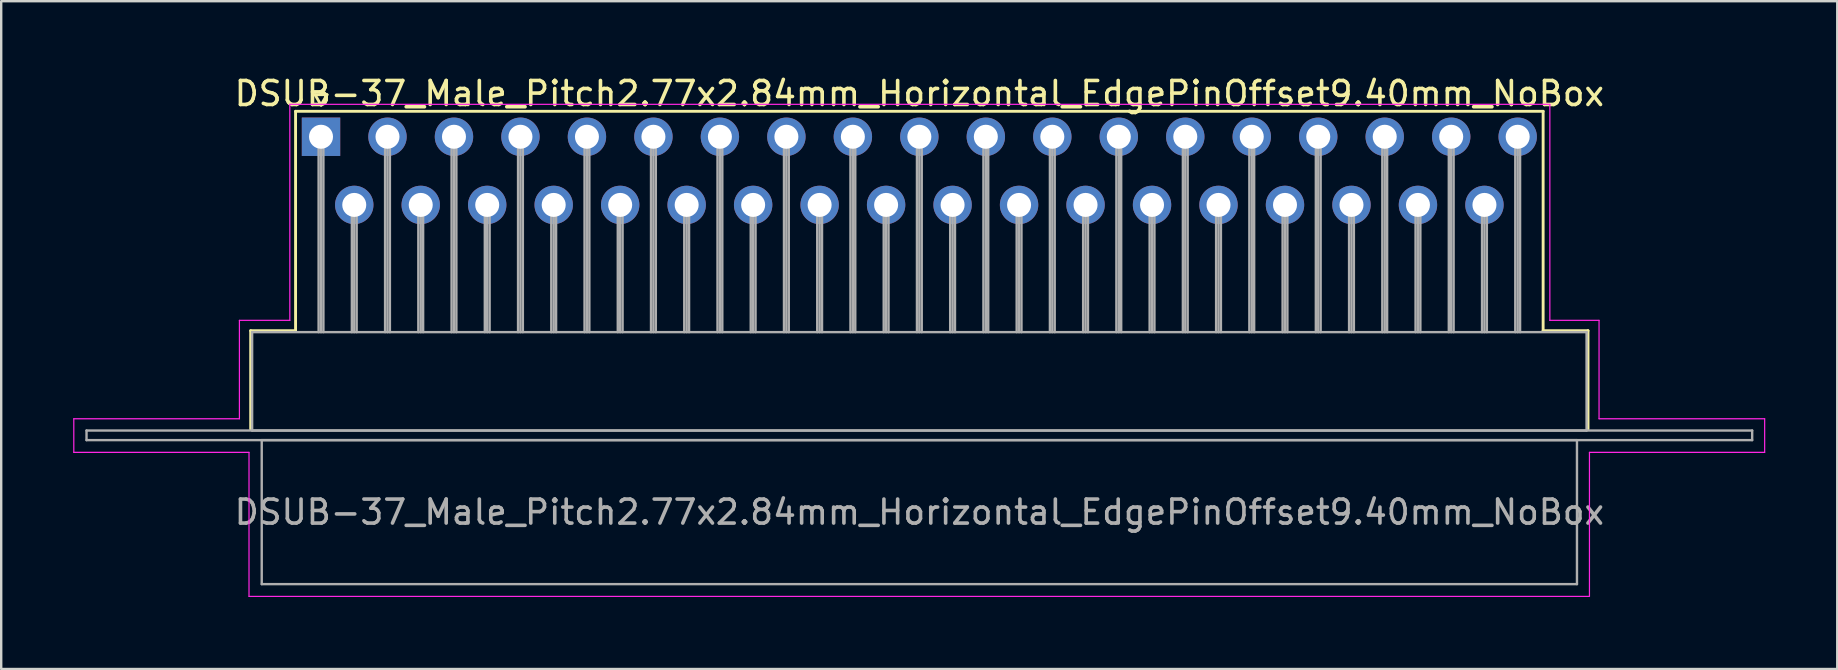
<source format=kicad_pcb>
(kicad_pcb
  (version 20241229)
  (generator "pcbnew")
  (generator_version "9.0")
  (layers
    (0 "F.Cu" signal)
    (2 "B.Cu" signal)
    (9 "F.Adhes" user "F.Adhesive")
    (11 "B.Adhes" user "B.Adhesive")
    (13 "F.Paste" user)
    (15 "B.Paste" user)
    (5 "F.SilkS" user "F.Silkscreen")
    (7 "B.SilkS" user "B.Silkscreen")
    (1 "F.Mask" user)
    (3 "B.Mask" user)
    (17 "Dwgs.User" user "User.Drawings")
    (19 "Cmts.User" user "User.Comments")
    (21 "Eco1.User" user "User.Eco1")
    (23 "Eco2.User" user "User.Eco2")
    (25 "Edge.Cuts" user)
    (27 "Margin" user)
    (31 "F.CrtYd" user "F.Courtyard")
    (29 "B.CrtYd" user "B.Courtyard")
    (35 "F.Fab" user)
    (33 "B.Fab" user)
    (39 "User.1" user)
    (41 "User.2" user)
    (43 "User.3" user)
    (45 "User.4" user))
  (footprint "DSUB-37_Male_Pitch2.77x2.84mm_Horizontal_EdgePinOffset9.40mm_NoBox"
    (layer "F.Cu")
    (at 10.325 2.648)
    (property "Reference" "DSUB-37_Male_Pitch2.77x2.84mm_Horizontal_EdgePinOffset9.40mm_NoBox" (at 24.93 -1.8 0) (layer "F.SilkS") (effects (font (size 1 1) (thickness 0.15))))
    (attr through_hole)
    (fp_line (start -2.93 8.08) (end -1.06 8.08) (stroke (width 0.12) (type solid)) (layer "F.SilkS"))
    (fp_line (start -2.93 12.18) (end -2.93 8.08) (stroke (width 0.12) (type solid)) (layer "F.SilkS"))
    (fp_line (start -1.06 -1.06) (end 50.92 -1.06) (stroke (width 0.12) (type solid)) (layer "F.SilkS"))
    (fp_line (start -1.06 8.08) (end -1.06 -1.06) (stroke (width 0.12) (type solid)) (layer "F.SilkS"))
    (fp_line (start -0.25 -1.754) (end 0.25 -1.754) (stroke (width 0.12) (type solid)) (layer "F.SilkS"))
    (fp_line (start 0 -1.321) (end -0.25 -1.754) (stroke (width 0.12) (type solid)) (layer "F.SilkS"))
    (fp_line (start 0.25 -1.754) (end 0 -1.321) (stroke (width 0.12) (type solid)) (layer "F.SilkS"))
    (fp_line (start 50.92 -1.06) (end 50.92 8.08) (stroke (width 0.12) (type solid)) (layer "F.SilkS"))
    (fp_line (start 50.92 8.08) (end 52.79 8.08) (stroke (width 0.12) (type solid)) (layer "F.SilkS"))
    (fp_line (start 52.79 8.08) (end 52.79 12.18) (stroke (width 0.12) (type solid)) (layer "F.SilkS"))
    (fp_line (start -10.3 11.75) (end -3.4 11.75) (stroke (width 0.05) (type solid)) (layer "F.CrtYd"))
    (fp_line (start -10.3 13.15) (end -10.3 11.75) (stroke (width 0.05) (type solid)) (layer "F.CrtYd"))
    (fp_line (start -3.4 7.65) (end -1.3 7.65) (stroke (width 0.05) (type solid)) (layer "F.CrtYd"))
    (fp_line (start -3.4 11.75) (end -3.4 7.65) (stroke (width 0.05) (type solid)) (layer "F.CrtYd"))
    (fp_line (start -3 13.15) (end -10.3 13.15) (stroke (width 0.05) (type solid)) (layer "F.CrtYd"))
    (fp_line (start -3 19.15) (end -3 13.15) (stroke (width 0.05) (type solid)) (layer "F.CrtYd"))
    (fp_line (start -1.3 -1.35) (end 51.2 -1.35) (stroke (width 0.05) (type solid)) (layer "F.CrtYd"))
    (fp_line (start -1.3 7.65) (end -1.3 -1.35) (stroke (width 0.05) (type solid)) (layer "F.CrtYd"))
    (fp_line (start 51.2 -1.35) (end 51.2 7.65) (stroke (width 0.05) (type solid)) (layer "F.CrtYd"))
    (fp_line (start 51.2 7.65) (end 53.25 7.65) (stroke (width 0.05) (type solid)) (layer "F.CrtYd"))
    (fp_line (start 52.85 13.15) (end 52.85 19.15) (stroke (width 0.05) (type solid)) (layer "F.CrtYd"))
    (fp_line (start 52.85 19.15) (end -3 19.15) (stroke (width 0.05) (type solid)) (layer "F.CrtYd"))
    (fp_line (start 53.25 7.65) (end 53.25 11.75) (stroke (width 0.05) (type solid)) (layer "F.CrtYd"))
    (fp_line (start 53.25 11.75) (end 60.15 11.75) (stroke (width 0.05) (type solid)) (layer "F.CrtYd"))
    (fp_line (start 60.15 11.75) (end 60.15 13.15) (stroke (width 0.05) (type solid)) (layer "F.CrtYd"))
    (fp_line (start 60.15 13.15) (end 52.85 13.15) (stroke (width 0.05) (type solid)) (layer "F.CrtYd"))
    (fp_line (start -9.77 12.24) (end -9.77 12.64) (stroke (width 0.1) (type solid)) (layer "F.Fab"))
    (fp_line (start -9.77 12.64) (end 59.63 12.64) (stroke (width 0.1) (type solid)) (layer "F.Fab"))
    (fp_line (start -2.87 8.14) (end -2.87 12.24) (stroke (width 0.1) (type solid)) (layer "F.Fab"))
    (fp_line (start -2.87 12.24) (end 52.73 12.24) (stroke (width 0.1) (type solid)) (layer "F.Fab"))
    (fp_line (start -2.47 12.64) (end -2.47 18.64) (stroke (width 0.1) (type solid)) (layer "F.Fab"))
    (fp_line (start -2.47 18.64) (end 52.33 18.64) (stroke (width 0.1) (type solid)) (layer "F.Fab"))
    (fp_line (start -0.1 0) (end -0.1 8.14) (stroke (width 0.1) (type solid)) (layer "F.Fab"))
    (fp_line (start 0 0) (end 0 8.14) (stroke (width 0.1) (type solid)) (layer "F.Fab"))
    (fp_line (start 0.1 0) (end 0.1 8.14) (stroke (width 0.1) (type solid)) (layer "F.Fab"))
    (fp_line (start 1.285 2.84) (end 1.285 8.14) (stroke (width 0.1) (type solid)) (layer "F.Fab"))
    (fp_line (start 1.385 2.84) (end 1.385 8.14) (stroke (width 0.1) (type solid)) (layer "F.Fab"))
    (fp_line (start 1.485 2.84) (end 1.485 8.14) (stroke (width 0.1) (type solid)) (layer "F.Fab"))
    (fp_line (start 2.67 0) (end 2.67 8.14) (stroke (width 0.1) (type solid)) (layer "F.Fab"))
    (fp_line (start 2.77 0) (end 2.77 8.14) (stroke (width 0.1) (type solid)) (layer "F.Fab"))
    (fp_line (start 2.87 0) (end 2.87 8.14) (stroke (width 0.1) (type solid)) (layer "F.Fab"))
    (fp_line (start 4.055 2.84) (end 4.055 8.14) (stroke (width 0.1) (type solid)) (layer "F.Fab"))
    (fp_line (start 4.155 2.84) (end 4.155 8.14) (stroke (width 0.1) (type solid)) (layer "F.Fab"))
    (fp_line (start 4.255 2.84) (end 4.255 8.14) (stroke (width 0.1) (type solid)) (layer "F.Fab"))
    (fp_line (start 5.44 0) (end 5.44 8.14) (stroke (width 0.1) (type solid)) (layer "F.Fab"))
    (fp_line (start 5.54 0) (end 5.54 8.14) (stroke (width 0.1) (type solid)) (layer "F.Fab"))
    (fp_line (start 5.64 0) (end 5.64 8.14) (stroke (width 0.1) (type solid)) (layer "F.Fab"))
    (fp_line (start 6.825 2.84) (end 6.825 8.14) (stroke (width 0.1) (type solid)) (layer "F.Fab"))
    (fp_line (start 6.925 2.84) (end 6.925 8.14) (stroke (width 0.1) (type solid)) (layer "F.Fab"))
    (fp_line (start 7.025 2.84) (end 7.025 8.14) (stroke (width 0.1) (type solid)) (layer "F.Fab"))
    (fp_line (start 8.21 0) (end 8.21 8.14) (stroke (width 0.1) (type solid)) (layer "F.Fab"))
    (fp_line (start 8.31 0) (end 8.31 8.14) (stroke (width 0.1) (type solid)) (layer "F.Fab"))
    (fp_line (start 8.41 0) (end 8.41 8.14) (stroke (width 0.1) (type solid)) (layer "F.Fab"))
    (fp_line (start 9.595 2.84) (end 9.595 8.14) (stroke (width 0.1) (type solid)) (layer "F.Fab"))
    (fp_line (start 9.695 2.84) (end 9.695 8.14) (stroke (width 0.1) (type solid)) (layer "F.Fab"))
    (fp_line (start 9.795 2.84) (end 9.795 8.14) (stroke (width 0.1) (type solid)) (layer "F.Fab"))
    (fp_line (start 10.98 0) (end 10.98 8.14) (stroke (width 0.1) (type solid)) (layer "F.Fab"))
    (fp_line (start 11.08 0) (end 11.08 8.14) (stroke (width 0.1) (type solid)) (layer "F.Fab"))
    (fp_line (start 11.18 0) (end 11.18 8.14) (stroke (width 0.1) (type solid)) (layer "F.Fab"))
    (fp_line (start 12.365 2.84) (end 12.365 8.14) (stroke (width 0.1) (type solid)) (layer "F.Fab"))
    (fp_line (start 12.465 2.84) (end 12.465 8.14) (stroke (width 0.1) (type solid)) (layer "F.Fab"))
    (fp_line (start 12.565 2.84) (end 12.565 8.14) (stroke (width 0.1) (type solid)) (layer "F.Fab"))
    (fp_line (start 13.75 0) (end 13.75 8.14) (stroke (width 0.1) (type solid)) (layer "F.Fab"))
    (fp_line (start 13.85 0) (end 13.85 8.14) (stroke (width 0.1) (type solid)) (layer "F.Fab"))
    (fp_line (start 13.95 0) (end 13.95 8.14) (stroke (width 0.1) (type solid)) (layer "F.Fab"))
    (fp_line (start 15.135 2.84) (end 15.135 8.14) (stroke (width 0.1) (type solid)) (layer "F.Fab"))
    (fp_line (start 15.235 2.84) (end 15.235 8.14) (stroke (width 0.1) (type solid)) (layer "F.Fab"))
    (fp_line (start 15.335 2.84) (end 15.335 8.14) (stroke (width 0.1) (type solid)) (layer "F.Fab"))
    (fp_line (start 16.52 0) (end 16.52 8.14) (stroke (width 0.1) (type solid)) (layer "F.Fab"))
    (fp_line (start 16.62 0) (end 16.62 8.14) (stroke (width 0.1) (type solid)) (layer "F.Fab"))
    (fp_line (start 16.72 0) (end 16.72 8.14) (stroke (width 0.1) (type solid)) (layer "F.Fab"))
    (fp_line (start 17.905 2.84) (end 17.905 8.14) (stroke (width 0.1) (type solid)) (layer "F.Fab"))
    (fp_line (start 18.005 2.84) (end 18.005 8.14) (stroke (width 0.1) (type solid)) (layer "F.Fab"))
    (fp_line (start 18.105 2.84) (end 18.105 8.14) (stroke (width 0.1) (type solid)) (layer "F.Fab"))
    (fp_line (start 19.29 0) (end 19.29 8.14) (stroke (width 0.1) (type solid)) (layer "F.Fab"))
    (fp_line (start 19.39 0) (end 19.39 8.14) (stroke (width 0.1) (type solid)) (layer "F.Fab"))
    (fp_line (start 19.49 0) (end 19.49 8.14) (stroke (width 0.1) (type solid)) (layer "F.Fab"))
    (fp_line (start 20.675 2.84) (end 20.675 8.14) (stroke (width 0.1) (type solid)) (layer "F.Fab"))
    (fp_line (start 20.775 2.84) (end 20.775 8.14) (stroke (width 0.1) (type solid)) (layer "F.Fab"))
    (fp_line (start 20.875 2.84) (end 20.875 8.14) (stroke (width 0.1) (type solid)) (layer "F.Fab"))
    (fp_line (start 22.06 0) (end 22.06 8.14) (stroke (width 0.1) (type solid)) (layer "F.Fab"))
    (fp_line (start 22.16 0) (end 22.16 8.14) (stroke (width 0.1) (type solid)) (layer "F.Fab"))
    (fp_line (start 22.26 0) (end 22.26 8.14) (stroke (width 0.1) (type solid)) (layer "F.Fab"))
    (fp_line (start 23.445 2.84) (end 23.445 8.14) (stroke (width 0.1) (type solid)) (layer "F.Fab"))
    (fp_line (start 23.545 2.84) (end 23.545 8.14) (stroke (width 0.1) (type solid)) (layer "F.Fab"))
    (fp_line (start 23.645 2.84) (end 23.645 8.14) (stroke (width 0.1) (type solid)) (layer "F.Fab"))
    (fp_line (start 24.83 0) (end 24.83 8.14) (stroke (width 0.1) (type solid)) (layer "F.Fab"))
    (fp_line (start 24.93 0) (end 24.93 8.14) (stroke (width 0.1) (type solid)) (layer "F.Fab"))
    (fp_line (start 25.03 0) (end 25.03 8.14) (stroke (width 0.1) (type solid)) (layer "F.Fab"))
    (fp_line (start 26.215 2.84) (end 26.215 8.14) (stroke (width 0.1) (type solid)) (layer "F.Fab"))
    (fp_line (start 26.315 2.84) (end 26.315 8.14) (stroke (width 0.1) (type solid)) (layer "F.Fab"))
    (fp_line (start 26.415 2.84) (end 26.415 8.14) (stroke (width 0.1) (type solid)) (layer "F.Fab"))
    (fp_line (start 27.6 0) (end 27.6 8.14) (stroke (width 0.1) (type solid)) (layer "F.Fab"))
    (fp_line (start 27.7 0) (end 27.7 8.14) (stroke (width 0.1) (type solid)) (layer "F.Fab"))
    (fp_line (start 27.8 0) (end 27.8 8.14) (stroke (width 0.1) (type solid)) (layer "F.Fab"))
    (fp_line (start 28.985 2.84) (end 28.985 8.14) (stroke (width 0.1) (type solid)) (layer "F.Fab"))
    (fp_line (start 29.085 2.84) (end 29.085 8.14) (stroke (width 0.1) (type solid)) (layer "F.Fab"))
    (fp_line (start 29.185 2.84) (end 29.185 8.14) (stroke (width 0.1) (type solid)) (layer "F.Fab"))
    (fp_line (start 30.37 0) (end 30.37 8.14) (stroke (width 0.1) (type solid)) (layer "F.Fab"))
    (fp_line (start 30.47 0) (end 30.47 8.14) (stroke (width 0.1) (type solid)) (layer "F.Fab"))
    (fp_line (start 30.57 0) (end 30.57 8.14) (stroke (width 0.1) (type solid)) (layer "F.Fab"))
    (fp_line (start 31.755 2.84) (end 31.755 8.14) (stroke (width 0.1) (type solid)) (layer "F.Fab"))
    (fp_line (start 31.855 2.84) (end 31.855 8.14) (stroke (width 0.1) (type solid)) (layer "F.Fab"))
    (fp_line (start 31.955 2.84) (end 31.955 8.14) (stroke (width 0.1) (type solid)) (layer "F.Fab"))
    (fp_line (start 33.14 0) (end 33.14 8.14) (stroke (width 0.1) (type solid)) (layer "F.Fab"))
    (fp_line (start 33.24 0) (end 33.24 8.14) (stroke (width 0.1) (type solid)) (layer "F.Fab"))
    (fp_line (start 33.34 0) (end 33.34 8.14) (stroke (width 0.1) (type solid)) (layer "F.Fab"))
    (fp_line (start 34.525 2.84) (end 34.525 8.14) (stroke (width 0.1) (type solid)) (layer "F.Fab"))
    (fp_line (start 34.625 2.84) (end 34.625 8.14) (stroke (width 0.1) (type solid)) (layer "F.Fab"))
    (fp_line (start 34.725 2.84) (end 34.725 8.14) (stroke (width 0.1) (type solid)) (layer "F.Fab"))
    (fp_line (start 35.91 0) (end 35.91 8.14) (stroke (width 0.1) (type solid)) (layer "F.Fab"))
    (fp_line (start 36.01 0) (end 36.01 8.14) (stroke (width 0.1) (type solid)) (layer "F.Fab"))
    (fp_line (start 36.11 0) (end 36.11 8.14) (stroke (width 0.1) (type solid)) (layer "F.Fab"))
    (fp_line (start 37.295 2.84) (end 37.295 8.14) (stroke (width 0.1) (type solid)) (layer "F.Fab"))
    (fp_line (start 37.395 2.84) (end 37.395 8.14) (stroke (width 0.1) (type solid)) (layer "F.Fab"))
    (fp_line (start 37.495 2.84) (end 37.495 8.14) (stroke (width 0.1) (type solid)) (layer "F.Fab"))
    (fp_line (start 38.68 0) (end 38.68 8.14) (stroke (width 0.1) (type solid)) (layer "F.Fab"))
    (fp_line (start 38.78 0) (end 38.78 8.14) (stroke (width 0.1) (type solid)) (layer "F.Fab"))
    (fp_line (start 38.88 0) (end 38.88 8.14) (stroke (width 0.1) (type solid)) (layer "F.Fab"))
    (fp_line (start 40.065 2.84) (end 40.065 8.14) (stroke (width 0.1) (type solid)) (layer "F.Fab"))
    (fp_line (start 40.165 2.84) (end 40.165 8.14) (stroke (width 0.1) (type solid)) (layer "F.Fab"))
    (fp_line (start 40.265 2.84) (end 40.265 8.14) (stroke (width 0.1) (type solid)) (layer "F.Fab"))
    (fp_line (start 41.45 0) (end 41.45 8.14) (stroke (width 0.1) (type solid)) (layer "F.Fab"))
    (fp_line (start 41.55 0) (end 41.55 8.14) (stroke (width 0.1) (type solid)) (layer "F.Fab"))
    (fp_line (start 41.65 0) (end 41.65 8.14) (stroke (width 0.1) (type solid)) (layer "F.Fab"))
    (fp_line (start 42.835 2.84) (end 42.835 8.14) (stroke (width 0.1) (type solid)) (layer "F.Fab"))
    (fp_line (start 42.935 2.84) (end 42.935 8.14) (stroke (width 0.1) (type solid)) (layer "F.Fab"))
    (fp_line (start 43.035 2.84) (end 43.035 8.14) (stroke (width 0.1) (type solid)) (layer "F.Fab"))
    (fp_line (start 44.22 0) (end 44.22 8.14) (stroke (width 0.1) (type solid)) (layer "F.Fab"))
    (fp_line (start 44.32 0) (end 44.32 8.14) (stroke (width 0.1) (type solid)) (layer "F.Fab"))
    (fp_line (start 44.42 0) (end 44.42 8.14) (stroke (width 0.1) (type solid)) (layer "F.Fab"))
    (fp_line (start 45.605 2.84) (end 45.605 8.14) (stroke (width 0.1) (type solid)) (layer "F.Fab"))
    (fp_line (start 45.705 2.84) (end 45.705 8.14) (stroke (width 0.1) (type solid)) (layer "F.Fab"))
    (fp_line (start 45.805 2.84) (end 45.805 8.14) (stroke (width 0.1) (type solid)) (layer "F.Fab"))
    (fp_line (start 46.99 0) (end 46.99 8.14) (stroke (width 0.1) (type solid)) (layer "F.Fab"))
    (fp_line (start 47.09 0) (end 47.09 8.14) (stroke (width 0.1) (type solid)) (layer "F.Fab"))
    (fp_line (start 47.19 0) (end 47.19 8.14) (stroke (width 0.1) (type solid)) (layer "F.Fab"))
    (fp_line (start 48.375 2.84) (end 48.375 8.14) (stroke (width 0.1) (type solid)) (layer "F.Fab"))
    (fp_line (start 48.475 2.84) (end 48.475 8.14) (stroke (width 0.1) (type solid)) (layer "F.Fab"))
    (fp_line (start 48.575 2.84) (end 48.575 8.14) (stroke (width 0.1) (type solid)) (layer "F.Fab"))
    (fp_line (start 49.76 0) (end 49.76 8.14) (stroke (width 0.1) (type solid)) (layer "F.Fab"))
    (fp_line (start 49.86 0) (end 49.86 8.14) (stroke (width 0.1) (type solid)) (layer "F.Fab"))
    (fp_line (start 49.96 0) (end 49.96 8.14) (stroke (width 0.1) (type solid)) (layer "F.Fab"))
    (fp_line (start 52.33 12.64) (end -2.47 12.64) (stroke (width 0.1) (type solid)) (layer "F.Fab"))
    (fp_line (start 52.33 18.64) (end 52.33 12.64) (stroke (width 0.1) (type solid)) (layer "F.Fab"))
    (fp_line (start 52.73 8.14) (end -2.87 8.14) (stroke (width 0.1) (type solid)) (layer "F.Fab"))
    (fp_line (start 52.73 12.24) (end 52.73 8.14) (stroke (width 0.1) (type solid)) (layer "F.Fab"))
    (fp_line (start 59.63 12.24) (end -9.77 12.24) (stroke (width 0.1) (type solid)) (layer "F.Fab"))
    (fp_line (start 59.63 12.64) (end 59.63 12.24) (stroke (width 0.1) (type solid)) (layer "F.Fab"))
    (fp_text user "${REFERENCE}" (at 24.93 15.64 0) (layer "F.Fab") (effects (font (size 1 1) (thickness 0.15))))
    (pad "1" thru_hole rect (at 0 0) (size 1.6 1.6) (drill 1) (layers "*.Cu" "*.Mask"))
    (pad "2" thru_hole circle (at 2.77 0) (size 1.6 1.6) (drill 1) (layers "*.Cu" "*.Mask"))
    (pad "3" thru_hole circle (at 5.54 0) (size 1.6 1.6) (drill 1) (layers "*.Cu" "*.Mask"))
    (pad "4" thru_hole circle (at 8.31 0) (size 1.6 1.6) (drill 1) (layers "*.Cu" "*.Mask"))
    (pad "5" thru_hole circle (at 11.08 0) (size 1.6 1.6) (drill 1) (layers "*.Cu" "*.Mask"))
    (pad "6" thru_hole circle (at 13.85 0) (size 1.6 1.6) (drill 1) (layers "*.Cu" "*.Mask"))
    (pad "7" thru_hole circle (at 16.62 0) (size 1.6 1.6) (drill 1) (layers "*.Cu" "*.Mask"))
    (pad "8" thru_hole circle (at 19.39 0) (size 1.6 1.6) (drill 1) (layers "*.Cu" "*.Mask"))
    (pad "9" thru_hole circle (at 22.16 0) (size 1.6 1.6) (drill 1) (layers "*.Cu" "*.Mask"))
    (pad "10" thru_hole circle (at 24.93 0) (size 1.6 1.6) (drill 1) (layers "*.Cu" "*.Mask"))
    (pad "11" thru_hole circle (at 27.7 0) (size 1.6 1.6) (drill 1) (layers "*.Cu" "*.Mask"))
    (pad "12" thru_hole circle (at 30.47 0) (size 1.6 1.6) (drill 1) (layers "*.Cu" "*.Mask"))
    (pad "13" thru_hole circle (at 33.24 0) (size 1.6 1.6) (drill 1) (layers "*.Cu" "*.Mask"))
    (pad "14" thru_hole circle (at 36.01 0) (size 1.6 1.6) (drill 1) (layers "*.Cu" "*.Mask"))
    (pad "15" thru_hole circle (at 38.78 0) (size 1.6 1.6) (drill 1) (layers "*.Cu" "*.Mask"))
    (pad "16" thru_hole circle (at 41.55 0) (size 1.6 1.6) (drill 1) (layers "*.Cu" "*.Mask"))
    (pad "17" thru_hole circle (at 44.32 0) (size 1.6 1.6) (drill 1) (layers "*.Cu" "*.Mask"))
    (pad "18" thru_hole circle (at 47.09 0) (size 1.6 1.6) (drill 1) (layers "*.Cu" "*.Mask"))
    (pad "19" thru_hole circle (at 49.86 0) (size 1.6 1.6) (drill 1) (layers "*.Cu" "*.Mask"))
    (pad "20" thru_hole circle (at 1.385 2.84) (size 1.6 1.6) (drill 1) (layers "*.Cu" "*.Mask"))
    (pad "21" thru_hole circle (at 4.155 2.84) (size 1.6 1.6) (drill 1) (layers "*.Cu" "*.Mask"))
    (pad "22" thru_hole circle (at 6.925 2.84) (size 1.6 1.6) (drill 1) (layers "*.Cu" "*.Mask"))
    (pad "23" thru_hole circle (at 9.695 2.84) (size 1.6 1.6) (drill 1) (layers "*.Cu" "*.Mask"))
    (pad "24" thru_hole circle (at 12.465 2.84) (size 1.6 1.6) (drill 1) (layers "*.Cu" "*.Mask"))
    (pad "25" thru_hole circle (at 15.235 2.84) (size 1.6 1.6) (drill 1) (layers "*.Cu" "*.Mask"))
    (pad "26" thru_hole circle (at 18.005 2.84) (size 1.6 1.6) (drill 1) (layers "*.Cu" "*.Mask"))
    (pad "27" thru_hole circle (at 20.775 2.84) (size 1.6 1.6) (drill 1) (layers "*.Cu" "*.Mask"))
    (pad "28" thru_hole circle (at 23.545 2.84) (size 1.6 1.6) (drill 1) (layers "*.Cu" "*.Mask"))
    (pad "29" thru_hole circle (at 26.315 2.84) (size 1.6 1.6) (drill 1) (layers "*.Cu" "*.Mask"))
    (pad "30" thru_hole circle (at 29.085 2.84) (size 1.6 1.6) (drill 1) (layers "*.Cu" "*.Mask"))
    (pad "31" thru_hole circle (at 31.855 2.84) (size 1.6 1.6) (drill 1) (layers "*.Cu" "*.Mask"))
    (pad "32" thru_hole circle (at 34.625 2.84) (size 1.6 1.6) (drill 1) (layers "*.Cu" "*.Mask"))
    (pad "33" thru_hole circle (at 37.395 2.84) (size 1.6 1.6) (drill 1) (layers "*.Cu" "*.Mask"))
    (pad "34" thru_hole circle (at 40.165 2.84) (size 1.6 1.6) (drill 1) (layers "*.Cu" "*.Mask"))
    (pad "35" thru_hole circle (at 42.935 2.84) (size 1.6 1.6) (drill 1) (layers "*.Cu" "*.Mask"))
    (pad "36" thru_hole circle (at 45.705 2.84) (size 1.6 1.6) (drill 1) (layers "*.Cu" "*.Mask"))
    (pad "37" thru_hole circle (at 48.475 2.84) (size 1.6 1.6) (drill 1) (layers "*.Cu" "*.Mask")))
  (gr_rect
    (start -3 -3)
    (end 73.5 24.823)
    (stroke (width 0.1) (type default))
    (fill no)
    (layer "Edge.Cuts")))
</source>
